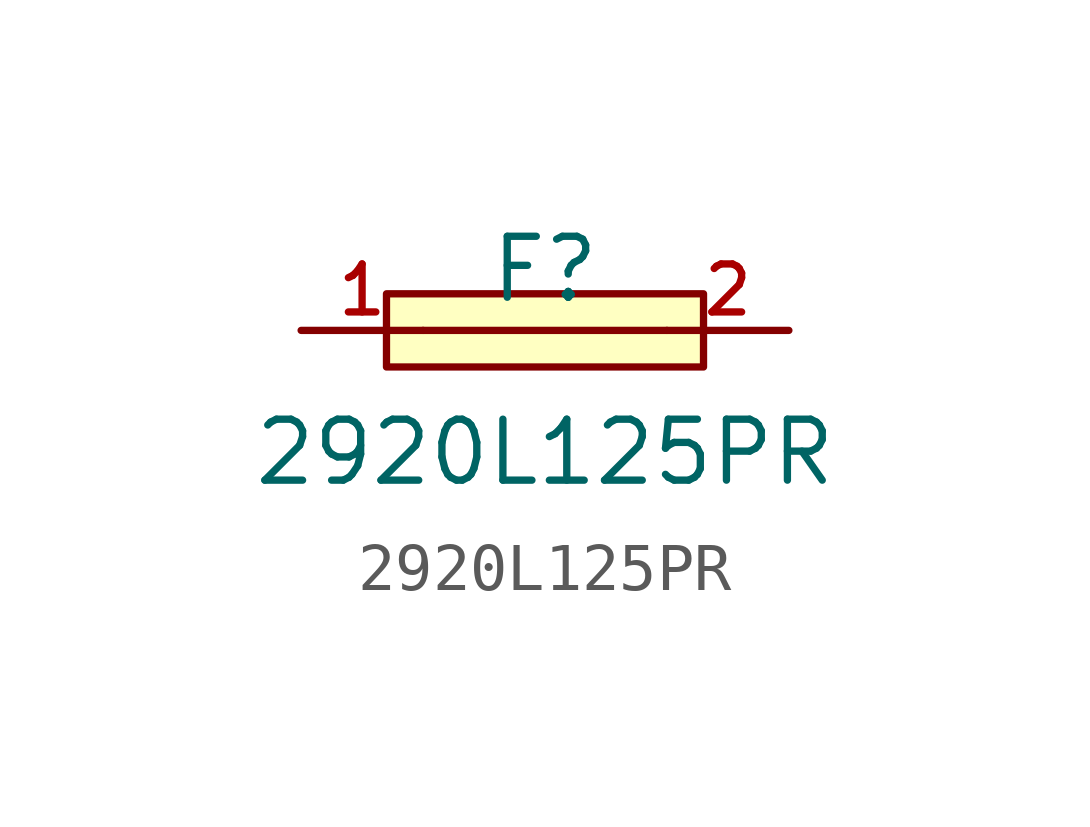
<source format=kicad_sym>
(kicad_symbol_lib
  (version 20210201)
  (generator TousstNicolas/JLC2KiCad_lib)
  (symbol "2920L125PR"
    (pin_names hide)
    (property "Reference" "F"
      (at 0 1.27 0)
      (effects (font (size 1.27 1.27))))
    (property "Value" "2920L125PR"
      (at 0 -2.54 0)
      (effects (font (size 1.27 1.27))))
    (symbol "2920L125PR_0_1"
      (polyline (pts (xy -2.54 -0.0) (xy 2.54 -0.0)) (stroke (width 0) (type default) (color 0 0 0 0)) (fill (type none)))
      (pin unspecified line (at 5.08 -0.0 180) (length 2.54) (name "2" (effects (font (size 1 1)))) (number "2" (effects (font (size 1 1)))))
      (pin unspecified line (at -5.08 -0.0 0) (length 2.54) (name "1" (effects (font (size 1 1)))) (number "1" (effects (font (size 1 1)))))
      (rectangle (start -3.302 0.762) (end 3.302 -0.762) (stroke (width 0) (type default) (color 0 0 0 0)) (fill (type background))))))
</source>
